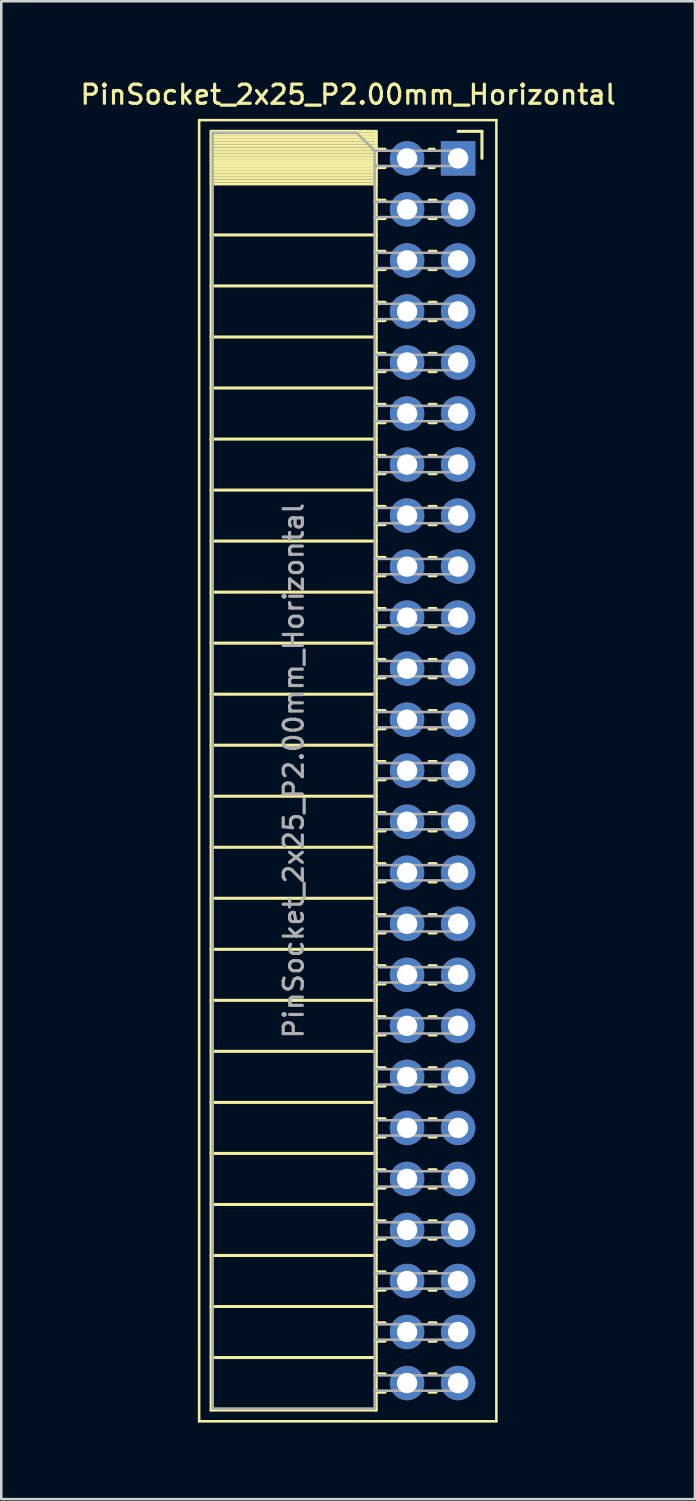
<source format=kicad_pcb>
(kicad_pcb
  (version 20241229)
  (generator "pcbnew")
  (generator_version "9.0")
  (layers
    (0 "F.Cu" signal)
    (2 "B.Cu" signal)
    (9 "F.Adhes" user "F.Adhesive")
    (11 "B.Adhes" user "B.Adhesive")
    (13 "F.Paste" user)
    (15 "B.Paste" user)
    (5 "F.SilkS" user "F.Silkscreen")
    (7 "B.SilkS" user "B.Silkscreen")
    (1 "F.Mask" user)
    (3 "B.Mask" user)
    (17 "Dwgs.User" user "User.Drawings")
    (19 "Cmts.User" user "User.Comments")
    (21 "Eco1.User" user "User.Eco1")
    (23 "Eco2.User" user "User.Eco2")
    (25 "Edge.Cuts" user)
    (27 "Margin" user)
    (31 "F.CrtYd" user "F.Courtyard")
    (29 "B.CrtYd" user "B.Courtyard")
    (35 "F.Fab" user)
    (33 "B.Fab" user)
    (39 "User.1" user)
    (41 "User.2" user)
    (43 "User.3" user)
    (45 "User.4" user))
  (footprint "PinSocket_2x25_P2.00mm_Horizontal"
    (layer "F.Cu")
    (at 14.905 3.158)
    (property "Reference" "PinSocket_2x25_P2.00mm_Horizontal" (at -4.31 -2.5 0) (layer "F.SilkS") (effects (font (size 0.75 0.75) (thickness 0.125))))
    (attr through_hole)
    (fp_line (start -10.15 -1.5) (end -10.15 49.5) (stroke (width 0.1) (type solid)) (layer "F.SilkS"))
    (fp_line (start -10.15 49.5) (end 1.5 49.5) (stroke (width 0.1) (type solid)) (layer "F.SilkS"))
    (fp_line (start -9.68 -1.06) (end -9.68 49.06) (stroke (width 0.12) (type solid)) (layer "F.SilkS"))
    (fp_line (start -9.68 -1.06) (end -3.21 -1.06) (stroke (width 0.12) (type solid)) (layer "F.SilkS"))
    (fp_line (start -9.68 -0.94) (end -3.21 -0.94) (stroke (width 0.12) (type solid)) (layer "F.SilkS"))
    (fp_line (start -9.68 -0.826) (end -3.21 -0.826) (stroke (width 0.12) (type solid)) (layer "F.SilkS"))
    (fp_line (start -9.68 -0.712) (end -3.21 -0.712) (stroke (width 0.12) (type solid)) (layer "F.SilkS"))
    (fp_line (start -9.68 -0.598) (end -3.21 -0.598) (stroke (width 0.12) (type solid)) (layer "F.SilkS"))
    (fp_line (start -9.68 -0.484) (end -3.21 -0.484) (stroke (width 0.12) (type solid)) (layer "F.SilkS"))
    (fp_line (start -9.68 -0.369) (end -3.21 -0.369) (stroke (width 0.12) (type solid)) (layer "F.SilkS"))
    (fp_line (start -9.68 -0.255) (end -3.21 -0.255) (stroke (width 0.12) (type solid)) (layer "F.SilkS"))
    (fp_line (start -9.68 -0.141) (end -3.21 -0.141) (stroke (width 0.12) (type solid)) (layer "F.SilkS"))
    (fp_line (start -9.68 -0.027) (end -3.21 -0.027) (stroke (width 0.12) (type solid)) (layer "F.SilkS"))
    (fp_line (start -9.68 0.087) (end -3.21 0.087) (stroke (width 0.12) (type solid)) (layer "F.SilkS"))
    (fp_line (start -9.68 0.201) (end -3.21 0.201) (stroke (width 0.12) (type solid)) (layer "F.SilkS"))
    (fp_line (start -9.68 0.315) (end -3.21 0.315) (stroke (width 0.12) (type solid)) (layer "F.SilkS"))
    (fp_line (start -9.68 0.429) (end -3.21 0.429) (stroke (width 0.12) (type solid)) (layer "F.SilkS"))
    (fp_line (start -9.68 0.544) (end -3.21 0.544) (stroke (width 0.12) (type solid)) (layer "F.SilkS"))
    (fp_line (start -9.68 0.658) (end -3.21 0.658) (stroke (width 0.12) (type solid)) (layer "F.SilkS"))
    (fp_line (start -9.68 0.772) (end -3.21 0.772) (stroke (width 0.12) (type solid)) (layer "F.SilkS"))
    (fp_line (start -9.68 0.886) (end -3.21 0.886) (stroke (width 0.12) (type solid)) (layer "F.SilkS"))
    (fp_line (start -9.68 1) (end -3.21 1) (stroke (width 0.12) (type solid)) (layer "F.SilkS"))
    (fp_line (start -9.68 3) (end -3.21 3) (stroke (width 0.12) (type solid)) (layer "F.SilkS"))
    (fp_line (start -9.68 5) (end -3.21 5) (stroke (width 0.12) (type solid)) (layer "F.SilkS"))
    (fp_line (start -9.68 7) (end -3.21 7) (stroke (width 0.12) (type solid)) (layer "F.SilkS"))
    (fp_line (start -9.68 9) (end -3.21 9) (stroke (width 0.12) (type solid)) (layer "F.SilkS"))
    (fp_line (start -9.68 11) (end -3.21 11) (stroke (width 0.12) (type solid)) (layer "F.SilkS"))
    (fp_line (start -9.68 13) (end -3.21 13) (stroke (width 0.12) (type solid)) (layer "F.SilkS"))
    (fp_line (start -9.68 15) (end -3.21 15) (stroke (width 0.12) (type solid)) (layer "F.SilkS"))
    (fp_line (start -9.68 17) (end -3.21 17) (stroke (width 0.12) (type solid)) (layer "F.SilkS"))
    (fp_line (start -9.68 19) (end -3.21 19) (stroke (width 0.12) (type solid)) (layer "F.SilkS"))
    (fp_line (start -9.68 21) (end -3.21 21) (stroke (width 0.12) (type solid)) (layer "F.SilkS"))
    (fp_line (start -9.68 23) (end -3.21 23) (stroke (width 0.12) (type solid)) (layer "F.SilkS"))
    (fp_line (start -9.68 25) (end -3.21 25) (stroke (width 0.12) (type solid)) (layer "F.SilkS"))
    (fp_line (start -9.68 27) (end -3.21 27) (stroke (width 0.12) (type solid)) (layer "F.SilkS"))
    (fp_line (start -9.68 29) (end -3.21 29) (stroke (width 0.12) (type solid)) (layer "F.SilkS"))
    (fp_line (start -9.68 31) (end -3.21 31) (stroke (width 0.12) (type solid)) (layer "F.SilkS"))
    (fp_line (start -9.68 33) (end -3.21 33) (stroke (width 0.12) (type solid)) (layer "F.SilkS"))
    (fp_line (start -9.68 35) (end -3.21 35) (stroke (width 0.12) (type solid)) (layer "F.SilkS"))
    (fp_line (start -9.68 37) (end -3.21 37) (stroke (width 0.12) (type solid)) (layer "F.SilkS"))
    (fp_line (start -9.68 39) (end -3.21 39) (stroke (width 0.12) (type solid)) (layer "F.SilkS"))
    (fp_line (start -9.68 41) (end -3.21 41) (stroke (width 0.12) (type solid)) (layer "F.SilkS"))
    (fp_line (start -9.68 43) (end -3.21 43) (stroke (width 0.12) (type solid)) (layer "F.SilkS"))
    (fp_line (start -9.68 45) (end -3.21 45) (stroke (width 0.12) (type solid)) (layer "F.SilkS"))
    (fp_line (start -9.68 47) (end -3.21 47) (stroke (width 0.12) (type solid)) (layer "F.SilkS"))
    (fp_line (start -9.68 49.06) (end -3.21 49.06) (stroke (width 0.12) (type solid)) (layer "F.SilkS"))
    (fp_line (start -3.21 -1.06) (end -3.21 49.06) (stroke (width 0.12) (type solid)) (layer "F.SilkS"))
    (fp_line (start -3.21 -0.36) (end -2.863 -0.36) (stroke (width 0.12) (type solid)) (layer "F.SilkS"))
    (fp_line (start -3.21 0.36) (end -2.863 0.36) (stroke (width 0.12) (type solid)) (layer "F.SilkS"))
    (fp_line (start -3.21 1.64) (end -2.863 1.64) (stroke (width 0.12) (type solid)) (layer "F.SilkS"))
    (fp_line (start -3.21 2.36) (end -2.863 2.36) (stroke (width 0.12) (type solid)) (layer "F.SilkS"))
    (fp_line (start -3.21 3.64) (end -2.863 3.64) (stroke (width 0.12) (type solid)) (layer "F.SilkS"))
    (fp_line (start -3.21 4.36) (end -2.863 4.36) (stroke (width 0.12) (type solid)) (layer "F.SilkS"))
    (fp_line (start -3.21 5.64) (end -2.863 5.64) (stroke (width 0.12) (type solid)) (layer "F.SilkS"))
    (fp_line (start -3.21 6.36) (end -2.863 6.36) (stroke (width 0.12) (type solid)) (layer "F.SilkS"))
    (fp_line (start -3.21 7.64) (end -2.863 7.64) (stroke (width 0.12) (type solid)) (layer "F.SilkS"))
    (fp_line (start -3.21 8.36) (end -2.863 8.36) (stroke (width 0.12) (type solid)) (layer "F.SilkS"))
    (fp_line (start -3.21 9.64) (end -2.863 9.64) (stroke (width 0.12) (type solid)) (layer "F.SilkS"))
    (fp_line (start -3.21 10.36) (end -2.863 10.36) (stroke (width 0.12) (type solid)) (layer "F.SilkS"))
    (fp_line (start -3.21 11.64) (end -2.863 11.64) (stroke (width 0.12) (type solid)) (layer "F.SilkS"))
    (fp_line (start -3.21 12.36) (end -2.863 12.36) (stroke (width 0.12) (type solid)) (layer "F.SilkS"))
    (fp_line (start -3.21 13.64) (end -2.863 13.64) (stroke (width 0.12) (type solid)) (layer "F.SilkS"))
    (fp_line (start -3.21 14.36) (end -2.863 14.36) (stroke (width 0.12) (type solid)) (layer "F.SilkS"))
    (fp_line (start -3.21 15.64) (end -2.863 15.64) (stroke (width 0.12) (type solid)) (layer "F.SilkS"))
    (fp_line (start -3.21 16.36) (end -2.863 16.36) (stroke (width 0.12) (type solid)) (layer "F.SilkS"))
    (fp_line (start -3.21 17.64) (end -2.863 17.64) (stroke (width 0.12) (type solid)) (layer "F.SilkS"))
    (fp_line (start -3.21 18.36) (end -2.863 18.36) (stroke (width 0.12) (type solid)) (layer "F.SilkS"))
    (fp_line (start -3.21 19.64) (end -2.863 19.64) (stroke (width 0.12) (type solid)) (layer "F.SilkS"))
    (fp_line (start -3.21 20.36) (end -2.863 20.36) (stroke (width 0.12) (type solid)) (layer "F.SilkS"))
    (fp_line (start -3.21 21.64) (end -2.863 21.64) (stroke (width 0.12) (type solid)) (layer "F.SilkS"))
    (fp_line (start -3.21 22.36) (end -2.863 22.36) (stroke (width 0.12) (type solid)) (layer "F.SilkS"))
    (fp_line (start -3.21 23.64) (end -2.863 23.64) (stroke (width 0.12) (type solid)) (layer "F.SilkS"))
    (fp_line (start -3.21 24.36) (end -2.863 24.36) (stroke (width 0.12) (type solid)) (layer "F.SilkS"))
    (fp_line (start -3.21 25.64) (end -2.863 25.64) (stroke (width 0.12) (type solid)) (layer "F.SilkS"))
    (fp_line (start -3.21 26.36) (end -2.863 26.36) (stroke (width 0.12) (type solid)) (layer "F.SilkS"))
    (fp_line (start -3.21 27.64) (end -2.863 27.64) (stroke (width 0.12) (type solid)) (layer "F.SilkS"))
    (fp_line (start -3.21 28.36) (end -2.863 28.36) (stroke (width 0.12) (type solid)) (layer "F.SilkS"))
    (fp_line (start -3.21 29.64) (end -2.863 29.64) (stroke (width 0.12) (type solid)) (layer "F.SilkS"))
    (fp_line (start -3.21 30.36) (end -2.863 30.36) (stroke (width 0.12) (type solid)) (layer "F.SilkS"))
    (fp_line (start -3.21 31.64) (end -2.863 31.64) (stroke (width 0.12) (type solid)) (layer "F.SilkS"))
    (fp_line (start -3.21 32.36) (end -2.863 32.36) (stroke (width 0.12) (type solid)) (layer "F.SilkS"))
    (fp_line (start -3.21 33.64) (end -2.863 33.64) (stroke (width 0.12) (type solid)) (layer "F.SilkS"))
    (fp_line (start -3.21 34.36) (end -2.863 34.36) (stroke (width 0.12) (type solid)) (layer "F.SilkS"))
    (fp_line (start -3.21 35.64) (end -2.863 35.64) (stroke (width 0.12) (type solid)) (layer "F.SilkS"))
    (fp_line (start -3.21 36.36) (end -2.863 36.36) (stroke (width 0.12) (type solid)) (layer "F.SilkS"))
    (fp_line (start -3.21 37.64) (end -2.863 37.64) (stroke (width 0.12) (type solid)) (layer "F.SilkS"))
    (fp_line (start -3.21 38.36) (end -2.863 38.36) (stroke (width 0.12) (type solid)) (layer "F.SilkS"))
    (fp_line (start -3.21 39.64) (end -2.863 39.64) (stroke (width 0.12) (type solid)) (layer "F.SilkS"))
    (fp_line (start -3.21 40.36) (end -2.863 40.36) (stroke (width 0.12) (type solid)) (layer "F.SilkS"))
    (fp_line (start -3.21 41.64) (end -2.863 41.64) (stroke (width 0.12) (type solid)) (layer "F.SilkS"))
    (fp_line (start -3.21 42.36) (end -2.863 42.36) (stroke (width 0.12) (type solid)) (layer "F.SilkS"))
    (fp_line (start -3.21 43.64) (end -2.863 43.64) (stroke (width 0.12) (type solid)) (layer "F.SilkS"))
    (fp_line (start -3.21 44.36) (end -2.863 44.36) (stroke (width 0.12) (type solid)) (layer "F.SilkS"))
    (fp_line (start -3.21 45.64) (end -2.863 45.64) (stroke (width 0.12) (type solid)) (layer "F.SilkS"))
    (fp_line (start -3.21 46.36) (end -2.863 46.36) (stroke (width 0.12) (type solid)) (layer "F.SilkS"))
    (fp_line (start -3.21 47.64) (end -2.863 47.64) (stroke (width 0.12) (type solid)) (layer "F.SilkS"))
    (fp_line (start -3.21 48.36) (end -2.863 48.36) (stroke (width 0.12) (type solid)) (layer "F.SilkS"))
    (fp_line (start -1.137 -0.36) (end -0.935 -0.36) (stroke (width 0.12) (type solid)) (layer "F.SilkS"))
    (fp_line (start -1.137 0.36) (end -0.935 0.36) (stroke (width 0.12) (type solid)) (layer "F.SilkS"))
    (fp_line (start -1.137 1.64) (end -0.863 1.64) (stroke (width 0.12) (type solid)) (layer "F.SilkS"))
    (fp_line (start -1.137 2.36) (end -0.863 2.36) (stroke (width 0.12) (type solid)) (layer "F.SilkS"))
    (fp_line (start -1.137 3.64) (end -0.863 3.64) (stroke (width 0.12) (type solid)) (layer "F.SilkS"))
    (fp_line (start -1.137 4.36) (end -0.863 4.36) (stroke (width 0.12) (type solid)) (layer "F.SilkS"))
    (fp_line (start -1.137 5.64) (end -0.863 5.64) (stroke (width 0.12) (type solid)) (layer "F.SilkS"))
    (fp_line (start -1.137 6.36) (end -0.863 6.36) (stroke (width 0.12) (type solid)) (layer "F.SilkS"))
    (fp_line (start -1.137 7.64) (end -0.863 7.64) (stroke (width 0.12) (type solid)) (layer "F.SilkS"))
    (fp_line (start -1.137 8.36) (end -0.863 8.36) (stroke (width 0.12) (type solid)) (layer "F.SilkS"))
    (fp_line (start -1.137 9.64) (end -0.863 9.64) (stroke (width 0.12) (type solid)) (layer "F.SilkS"))
    (fp_line (start -1.137 10.36) (end -0.863 10.36) (stroke (width 0.12) (type solid)) (layer "F.SilkS"))
    (fp_line (start -1.137 11.64) (end -0.863 11.64) (stroke (width 0.12) (type solid)) (layer "F.SilkS"))
    (fp_line (start -1.137 12.36) (end -0.863 12.36) (stroke (width 0.12) (type solid)) (layer "F.SilkS"))
    (fp_line (start -1.137 13.64) (end -0.863 13.64) (stroke (width 0.12) (type solid)) (layer "F.SilkS"))
    (fp_line (start -1.137 14.36) (end -0.863 14.36) (stroke (width 0.12) (type solid)) (layer "F.SilkS"))
    (fp_line (start -1.137 15.64) (end -0.863 15.64) (stroke (width 0.12) (type solid)) (layer "F.SilkS"))
    (fp_line (start -1.137 16.36) (end -0.863 16.36) (stroke (width 0.12) (type solid)) (layer "F.SilkS"))
    (fp_line (start -1.137 17.64) (end -0.863 17.64) (stroke (width 0.12) (type solid)) (layer "F.SilkS"))
    (fp_line (start -1.137 18.36) (end -0.863 18.36) (stroke (width 0.12) (type solid)) (layer "F.SilkS"))
    (fp_line (start -1.137 19.64) (end -0.863 19.64) (stroke (width 0.12) (type solid)) (layer "F.SilkS"))
    (fp_line (start -1.137 20.36) (end -0.863 20.36) (stroke (width 0.12) (type solid)) (layer "F.SilkS"))
    (fp_line (start -1.137 21.64) (end -0.863 21.64) (stroke (width 0.12) (type solid)) (layer "F.SilkS"))
    (fp_line (start -1.137 22.36) (end -0.863 22.36) (stroke (width 0.12) (type solid)) (layer "F.SilkS"))
    (fp_line (start -1.137 23.64) (end -0.863 23.64) (stroke (width 0.12) (type solid)) (layer "F.SilkS"))
    (fp_line (start -1.137 24.36) (end -0.863 24.36) (stroke (width 0.12) (type solid)) (layer "F.SilkS"))
    (fp_line (start -1.137 25.64) (end -0.863 25.64) (stroke (width 0.12) (type solid)) (layer "F.SilkS"))
    (fp_line (start -1.137 26.36) (end -0.863 26.36) (stroke (width 0.12) (type solid)) (layer "F.SilkS"))
    (fp_line (start -1.137 27.64) (end -0.863 27.64) (stroke (width 0.12) (type solid)) (layer "F.SilkS"))
    (fp_line (start -1.137 28.36) (end -0.863 28.36) (stroke (width 0.12) (type solid)) (layer "F.SilkS"))
    (fp_line (start -1.137 29.64) (end -0.863 29.64) (stroke (width 0.12) (type solid)) (layer "F.SilkS"))
    (fp_line (start -1.137 30.36) (end -0.863 30.36) (stroke (width 0.12) (type solid)) (layer "F.SilkS"))
    (fp_line (start -1.137 31.64) (end -0.863 31.64) (stroke (width 0.12) (type solid)) (layer "F.SilkS"))
    (fp_line (start -1.137 32.36) (end -0.863 32.36) (stroke (width 0.12) (type solid)) (layer "F.SilkS"))
    (fp_line (start -1.137 33.64) (end -0.863 33.64) (stroke (width 0.12) (type solid)) (layer "F.SilkS"))
    (fp_line (start -1.137 34.36) (end -0.863 34.36) (stroke (width 0.12) (type solid)) (layer "F.SilkS"))
    (fp_line (start -1.137 35.64) (end -0.863 35.64) (stroke (width 0.12) (type solid)) (layer "F.SilkS"))
    (fp_line (start -1.137 36.36) (end -0.863 36.36) (stroke (width 0.12) (type solid)) (layer "F.SilkS"))
    (fp_line (start -1.137 37.64) (end -0.863 37.64) (stroke (width 0.12) (type solid)) (layer "F.SilkS"))
    (fp_line (start -1.137 38.36) (end -0.863 38.36) (stroke (width 0.12) (type solid)) (layer "F.SilkS"))
    (fp_line (start -1.137 39.64) (end -0.863 39.64) (stroke (width 0.12) (type solid)) (layer "F.SilkS"))
    (fp_line (start -1.137 40.36) (end -0.863 40.36) (stroke (width 0.12) (type solid)) (layer "F.SilkS"))
    (fp_line (start -1.137 41.64) (end -0.863 41.64) (stroke (width 0.12) (type solid)) (layer "F.SilkS"))
    (fp_line (start -1.137 42.36) (end -0.863 42.36) (stroke (width 0.12) (type solid)) (layer "F.SilkS"))
    (fp_line (start -1.137 43.64) (end -0.863 43.64) (stroke (width 0.12) (type solid)) (layer "F.SilkS"))
    (fp_line (start -1.137 44.36) (end -0.863 44.36) (stroke (width 0.12) (type solid)) (layer "F.SilkS"))
    (fp_line (start -1.137 45.64) (end -0.863 45.64) (stroke (width 0.12) (type solid)) (layer "F.SilkS"))
    (fp_line (start -1.137 46.36) (end -0.863 46.36) (stroke (width 0.12) (type solid)) (layer "F.SilkS"))
    (fp_line (start -1.137 47.64) (end -0.863 47.64) (stroke (width 0.12) (type solid)) (layer "F.SilkS"))
    (fp_line (start -1.137 48.36) (end -0.863 48.36) (stroke (width 0.12) (type solid)) (layer "F.SilkS"))
    (fp_line (start 0 -1.06) (end 0.935 -1.06) (stroke (width 0.12) (type solid)) (layer "F.SilkS"))
    (fp_line (start 0.935 -1.06) (end 0.935 0) (stroke (width 0.12) (type solid)) (layer "F.SilkS"))
    (fp_line (start 1.5 -1.5) (end -10.15 -1.5) (stroke (width 0.1) (type solid)) (layer "F.SilkS"))
    (fp_line (start 1.5 49.5) (end 1.5 -1.5) (stroke (width 0.1) (type solid)) (layer "F.SilkS"))
    (fp_line (start -9.62 -1) (end -3.97 -1) (stroke (width 0.1) (type solid)) (layer "F.Fab"))
    (fp_line (start -9.62 49) (end -9.62 -1) (stroke (width 0.1) (type solid)) (layer "F.Fab"))
    (fp_line (start -3.97 -1) (end -3.27 -0.3) (stroke (width 0.1) (type solid)) (layer "F.Fab"))
    (fp_line (start -3.27 -0.3) (end -3.27 49) (stroke (width 0.1) (type solid)) (layer "F.Fab"))
    (fp_line (start -3.27 0.3) (end 0 0.3) (stroke (width 0.1) (type solid)) (layer "F.Fab"))
    (fp_line (start -3.27 2.3) (end 0 2.3) (stroke (width 0.1) (type solid)) (layer "F.Fab"))
    (fp_line (start -3.27 4.3) (end 0 4.3) (stroke (width 0.1) (type solid)) (layer "F.Fab"))
    (fp_line (start -3.27 6.3) (end 0 6.3) (stroke (width 0.1) (type solid)) (layer "F.Fab"))
    (fp_line (start -3.27 8.3) (end 0 8.3) (stroke (width 0.1) (type solid)) (layer "F.Fab"))
    (fp_line (start -3.27 10.3) (end 0 10.3) (stroke (width 0.1) (type solid)) (layer "F.Fab"))
    (fp_line (start -3.27 12.3) (end 0 12.3) (stroke (width 0.1) (type solid)) (layer "F.Fab"))
    (fp_line (start -3.27 14.3) (end 0 14.3) (stroke (width 0.1) (type solid)) (layer "F.Fab"))
    (fp_line (start -3.27 16.3) (end 0 16.3) (stroke (width 0.1) (type solid)) (layer "F.Fab"))
    (fp_line (start -3.27 18.3) (end 0 18.3) (stroke (width 0.1) (type solid)) (layer "F.Fab"))
    (fp_line (start -3.27 20.3) (end 0 20.3) (stroke (width 0.1) (type solid)) (layer "F.Fab"))
    (fp_line (start -3.27 22.3) (end 0 22.3) (stroke (width 0.1) (type solid)) (layer "F.Fab"))
    (fp_line (start -3.27 24.3) (end 0 24.3) (stroke (width 0.1) (type solid)) (layer "F.Fab"))
    (fp_line (start -3.27 26.3) (end 0 26.3) (stroke (width 0.1) (type solid)) (layer "F.Fab"))
    (fp_line (start -3.27 28.3) (end 0 28.3) (stroke (width 0.1) (type solid)) (layer "F.Fab"))
    (fp_line (start -3.27 30.3) (end 0 30.3) (stroke (width 0.1) (type solid)) (layer "F.Fab"))
    (fp_line (start -3.27 32.3) (end 0 32.3) (stroke (width 0.1) (type solid)) (layer "F.Fab"))
    (fp_line (start -3.27 34.3) (end 0 34.3) (stroke (width 0.1) (type solid)) (layer "F.Fab"))
    (fp_line (start -3.27 36.3) (end 0 36.3) (stroke (width 0.1) (type solid)) (layer "F.Fab"))
    (fp_line (start -3.27 38.3) (end 0 38.3) (stroke (width 0.1) (type solid)) (layer "F.Fab"))
    (fp_line (start -3.27 40.3) (end 0 40.3) (stroke (width 0.1) (type solid)) (layer "F.Fab"))
    (fp_line (start -3.27 42.3) (end 0 42.3) (stroke (width 0.1) (type solid)) (layer "F.Fab"))
    (fp_line (start -3.27 44.3) (end 0 44.3) (stroke (width 0.1) (type solid)) (layer "F.Fab"))
    (fp_line (start -3.27 46.3) (end 0 46.3) (stroke (width 0.1) (type solid)) (layer "F.Fab"))
    (fp_line (start -3.27 48.3) (end 0 48.3) (stroke (width 0.1) (type solid)) (layer "F.Fab"))
    (fp_line (start -3.27 49) (end -9.62 49) (stroke (width 0.1) (type solid)) (layer "F.Fab"))
    (fp_line (start 0 -0.3) (end -3.27 -0.3) (stroke (width 0.1) (type solid)) (layer "F.Fab"))
    (fp_line (start 0 0.3) (end 0 -0.3) (stroke (width 0.1) (type solid)) (layer "F.Fab"))
    (fp_line (start 0 1.7) (end -3.27 1.7) (stroke (width 0.1) (type solid)) (layer "F.Fab"))
    (fp_line (start 0 2.3) (end 0 1.7) (stroke (width 0.1) (type solid)) (layer "F.Fab"))
    (fp_line (start 0 3.7) (end -3.27 3.7) (stroke (width 0.1) (type solid)) (layer "F.Fab"))
    (fp_line (start 0 4.3) (end 0 3.7) (stroke (width 0.1) (type solid)) (layer "F.Fab"))
    (fp_line (start 0 5.7) (end -3.27 5.7) (stroke (width 0.1) (type solid)) (layer "F.Fab"))
    (fp_line (start 0 6.3) (end 0 5.7) (stroke (width 0.1) (type solid)) (layer "F.Fab"))
    (fp_line (start 0 7.7) (end -3.27 7.7) (stroke (width 0.1) (type solid)) (layer "F.Fab"))
    (fp_line (start 0 8.3) (end 0 7.7) (stroke (width 0.1) (type solid)) (layer "F.Fab"))
    (fp_line (start 0 9.7) (end -3.27 9.7) (stroke (width 0.1) (type solid)) (layer "F.Fab"))
    (fp_line (start 0 10.3) (end 0 9.7) (stroke (width 0.1) (type solid)) (layer "F.Fab"))
    (fp_line (start 0 11.7) (end -3.27 11.7) (stroke (width 0.1) (type solid)) (layer "F.Fab"))
    (fp_line (start 0 12.3) (end 0 11.7) (stroke (width 0.1) (type solid)) (layer "F.Fab"))
    (fp_line (start 0 13.7) (end -3.27 13.7) (stroke (width 0.1) (type solid)) (layer "F.Fab"))
    (fp_line (start 0 14.3) (end 0 13.7) (stroke (width 0.1) (type solid)) (layer "F.Fab"))
    (fp_line (start 0 15.7) (end -3.27 15.7) (stroke (width 0.1) (type solid)) (layer "F.Fab"))
    (fp_line (start 0 16.3) (end 0 15.7) (stroke (width 0.1) (type solid)) (layer "F.Fab"))
    (fp_line (start 0 17.7) (end -3.27 17.7) (stroke (width 0.1) (type solid)) (layer "F.Fab"))
    (fp_line (start 0 18.3) (end 0 17.7) (stroke (width 0.1) (type solid)) (layer "F.Fab"))
    (fp_line (start 0 19.7) (end -3.27 19.7) (stroke (width 0.1) (type solid)) (layer "F.Fab"))
    (fp_line (start 0 20.3) (end 0 19.7) (stroke (width 0.1) (type solid)) (layer "F.Fab"))
    (fp_line (start 0 21.7) (end -3.27 21.7) (stroke (width 0.1) (type solid)) (layer "F.Fab"))
    (fp_line (start 0 22.3) (end 0 21.7) (stroke (width 0.1) (type solid)) (layer "F.Fab"))
    (fp_line (start 0 23.7) (end -3.27 23.7) (stroke (width 0.1) (type solid)) (layer "F.Fab"))
    (fp_line (start 0 24.3) (end 0 23.7) (stroke (width 0.1) (type solid)) (layer "F.Fab"))
    (fp_line (start 0 25.7) (end -3.27 25.7) (stroke (width 0.1) (type solid)) (layer "F.Fab"))
    (fp_line (start 0 26.3) (end 0 25.7) (stroke (width 0.1) (type solid)) (layer "F.Fab"))
    (fp_line (start 0 27.7) (end -3.27 27.7) (stroke (width 0.1) (type solid)) (layer "F.Fab"))
    (fp_line (start 0 28.3) (end 0 27.7) (stroke (width 0.1) (type solid)) (layer "F.Fab"))
    (fp_line (start 0 29.7) (end -3.27 29.7) (stroke (width 0.1) (type solid)) (layer "F.Fab"))
    (fp_line (start 0 30.3) (end 0 29.7) (stroke (width 0.1) (type solid)) (layer "F.Fab"))
    (fp_line (start 0 31.7) (end -3.27 31.7) (stroke (width 0.1) (type solid)) (layer "F.Fab"))
    (fp_line (start 0 32.3) (end 0 31.7) (stroke (width 0.1) (type solid)) (layer "F.Fab"))
    (fp_line (start 0 33.7) (end -3.27 33.7) (stroke (width 0.1) (type solid)) (layer "F.Fab"))
    (fp_line (start 0 34.3) (end 0 33.7) (stroke (width 0.1) (type solid)) (layer "F.Fab"))
    (fp_line (start 0 35.7) (end -3.27 35.7) (stroke (width 0.1) (type solid)) (layer "F.Fab"))
    (fp_line (start 0 36.3) (end 0 35.7) (stroke (width 0.1) (type solid)) (layer "F.Fab"))
    (fp_line (start 0 37.7) (end -3.27 37.7) (stroke (width 0.1) (type solid)) (layer "F.Fab"))
    (fp_line (start 0 38.3) (end 0 37.7) (stroke (width 0.1) (type solid)) (layer "F.Fab"))
    (fp_line (start 0 39.7) (end -3.27 39.7) (stroke (width 0.1) (type solid)) (layer "F.Fab"))
    (fp_line (start 0 40.3) (end 0 39.7) (stroke (width 0.1) (type solid)) (layer "F.Fab"))
    (fp_line (start 0 41.7) (end -3.27 41.7) (stroke (width 0.1) (type solid)) (layer "F.Fab"))
    (fp_line (start 0 42.3) (end 0 41.7) (stroke (width 0.1) (type solid)) (layer "F.Fab"))
    (fp_line (start 0 43.7) (end -3.27 43.7) (stroke (width 0.1) (type solid)) (layer "F.Fab"))
    (fp_line (start 0 44.3) (end 0 43.7) (stroke (width 0.1) (type solid)) (layer "F.Fab"))
    (fp_line (start 0 45.7) (end -3.27 45.7) (stroke (width 0.1) (type solid)) (layer "F.Fab"))
    (fp_line (start 0 46.3) (end 0 45.7) (stroke (width 0.1) (type solid)) (layer "F.Fab"))
    (fp_line (start 0 47.7) (end -3.27 47.7) (stroke (width 0.1) (type solid)) (layer "F.Fab"))
    (fp_line (start 0 48.3) (end 0 47.7) (stroke (width 0.1) (type solid)) (layer "F.Fab"))
    (fp_text user "${REFERENCE}" (at -6.445 24 90) (layer "F.Fab") (effects (font (size 0.75 0.75) (thickness 0.125))))
    (pad "1" thru_hole rect (at 0 0) (size 1.35 1.35) (drill 0.8) (layers "*.Cu" "*.Mask"))
    (pad "2" thru_hole oval (at -2 0) (size 1.35 1.35) (drill 0.8) (layers "*.Cu" "*.Mask"))
    (pad "3" thru_hole oval (at 0 2) (size 1.35 1.35) (drill 0.8) (layers "*.Cu" "*.Mask"))
    (pad "4" thru_hole oval (at -2 2) (size 1.35 1.35) (drill 0.8) (layers "*.Cu" "*.Mask"))
    (pad "5" thru_hole oval (at 0 4) (size 1.35 1.35) (drill 0.8) (layers "*.Cu" "*.Mask"))
    (pad "6" thru_hole oval (at -2 4) (size 1.35 1.35) (drill 0.8) (layers "*.Cu" "*.Mask"))
    (pad "7" thru_hole oval (at 0 6) (size 1.35 1.35) (drill 0.8) (layers "*.Cu" "*.Mask"))
    (pad "8" thru_hole oval (at -2 6) (size 1.35 1.35) (drill 0.8) (layers "*.Cu" "*.Mask"))
    (pad "9" thru_hole oval (at 0 8) (size 1.35 1.35) (drill 0.8) (layers "*.Cu" "*.Mask"))
    (pad "10" thru_hole oval (at -2 8) (size 1.35 1.35) (drill 0.8) (layers "*.Cu" "*.Mask"))
    (pad "11" thru_hole oval (at 0 10) (size 1.35 1.35) (drill 0.8) (layers "*.Cu" "*.Mask"))
    (pad "12" thru_hole oval (at -2 10) (size 1.35 1.35) (drill 0.8) (layers "*.Cu" "*.Mask"))
    (pad "13" thru_hole oval (at 0 12) (size 1.35 1.35) (drill 0.8) (layers "*.Cu" "*.Mask"))
    (pad "14" thru_hole oval (at -2 12) (size 1.35 1.35) (drill 0.8) (layers "*.Cu" "*.Mask"))
    (pad "15" thru_hole oval (at 0 14) (size 1.35 1.35) (drill 0.8) (layers "*.Cu" "*.Mask"))
    (pad "16" thru_hole oval (at -2 14) (size 1.35 1.35) (drill 0.8) (layers "*.Cu" "*.Mask"))
    (pad "17" thru_hole oval (at 0 16) (size 1.35 1.35) (drill 0.8) (layers "*.Cu" "*.Mask"))
    (pad "18" thru_hole oval (at -2 16) (size 1.35 1.35) (drill 0.8) (layers "*.Cu" "*.Mask"))
    (pad "19" thru_hole oval (at 0 18) (size 1.35 1.35) (drill 0.8) (layers "*.Cu" "*.Mask"))
    (pad "20" thru_hole oval (at -2 18) (size 1.35 1.35) (drill 0.8) (layers "*.Cu" "*.Mask"))
    (pad "21" thru_hole oval (at 0 20) (size 1.35 1.35) (drill 0.8) (layers "*.Cu" "*.Mask"))
    (pad "22" thru_hole oval (at -2 20) (size 1.35 1.35) (drill 0.8) (layers "*.Cu" "*.Mask"))
    (pad "23" thru_hole oval (at 0 22) (size 1.35 1.35) (drill 0.8) (layers "*.Cu" "*.Mask"))
    (pad "24" thru_hole oval (at -2 22) (size 1.35 1.35) (drill 0.8) (layers "*.Cu" "*.Mask"))
    (pad "25" thru_hole oval (at 0 24) (size 1.35 1.35) (drill 0.8) (layers "*.Cu" "*.Mask"))
    (pad "26" thru_hole oval (at -2 24) (size 1.35 1.35) (drill 0.8) (layers "*.Cu" "*.Mask"))
    (pad "27" thru_hole oval (at 0 26) (size 1.35 1.35) (drill 0.8) (layers "*.Cu" "*.Mask"))
    (pad "28" thru_hole oval (at -2 26) (size 1.35 1.35) (drill 0.8) (layers "*.Cu" "*.Mask"))
    (pad "29" thru_hole oval (at 0 28) (size 1.35 1.35) (drill 0.8) (layers "*.Cu" "*.Mask"))
    (pad "30" thru_hole oval (at -2 28) (size 1.35 1.35) (drill 0.8) (layers "*.Cu" "*.Mask"))
    (pad "31" thru_hole oval (at 0 30) (size 1.35 1.35) (drill 0.8) (layers "*.Cu" "*.Mask"))
    (pad "32" thru_hole oval (at -2 30) (size 1.35 1.35) (drill 0.8) (layers "*.Cu" "*.Mask"))
    (pad "33" thru_hole oval (at 0 32) (size 1.35 1.35) (drill 0.8) (layers "*.Cu" "*.Mask"))
    (pad "34" thru_hole oval (at -2 32) (size 1.35 1.35) (drill 0.8) (layers "*.Cu" "*.Mask"))
    (pad "35" thru_hole oval (at 0 34) (size 1.35 1.35) (drill 0.8) (layers "*.Cu" "*.Mask"))
    (pad "36" thru_hole oval (at -2 34) (size 1.35 1.35) (drill 0.8) (layers "*.Cu" "*.Mask"))
    (pad "37" thru_hole oval (at 0 36) (size 1.35 1.35) (drill 0.8) (layers "*.Cu" "*.Mask"))
    (pad "38" thru_hole oval (at -2 36) (size 1.35 1.35) (drill 0.8) (layers "*.Cu" "*.Mask"))
    (pad "39" thru_hole oval (at 0 38) (size 1.35 1.35) (drill 0.8) (layers "*.Cu" "*.Mask"))
    (pad "40" thru_hole oval (at -2 38) (size 1.35 1.35) (drill 0.8) (layers "*.Cu" "*.Mask"))
    (pad "41" thru_hole oval (at 0 40) (size 1.35 1.35) (drill 0.8) (layers "*.Cu" "*.Mask"))
    (pad "42" thru_hole oval (at -2 40) (size 1.35 1.35) (drill 0.8) (layers "*.Cu" "*.Mask"))
    (pad "43" thru_hole oval (at 0 42) (size 1.35 1.35) (drill 0.8) (layers "*.Cu" "*.Mask"))
    (pad "44" thru_hole oval (at -2 42) (size 1.35 1.35) (drill 0.8) (layers "*.Cu" "*.Mask"))
    (pad "45" thru_hole oval (at 0 44) (size 1.35 1.35) (drill 0.8) (layers "*.Cu" "*.Mask"))
    (pad "46" thru_hole oval (at -2 44) (size 1.35 1.35) (drill 0.8) (layers "*.Cu" "*.Mask"))
    (pad "47" thru_hole oval (at 0 46) (size 1.35 1.35) (drill 0.8) (layers "*.Cu" "*.Mask"))
    (pad "48" thru_hole oval (at -2 46) (size 1.35 1.35) (drill 0.8) (layers "*.Cu" "*.Mask"))
    (pad "49" thru_hole oval (at 0 48) (size 1.35 1.35) (drill 0.8) (layers "*.Cu" "*.Mask"))
    (pad "50" thru_hole oval (at -2 48) (size 1.35 1.35) (drill 0.8) (layers "*.Cu" "*.Mask")))
  (gr_rect
    (start -3 -3)
    (end 24.189 55.708)
    (stroke (width 0.1) (type default))
    (fill no)
    (layer "Edge.Cuts")))
</source>
